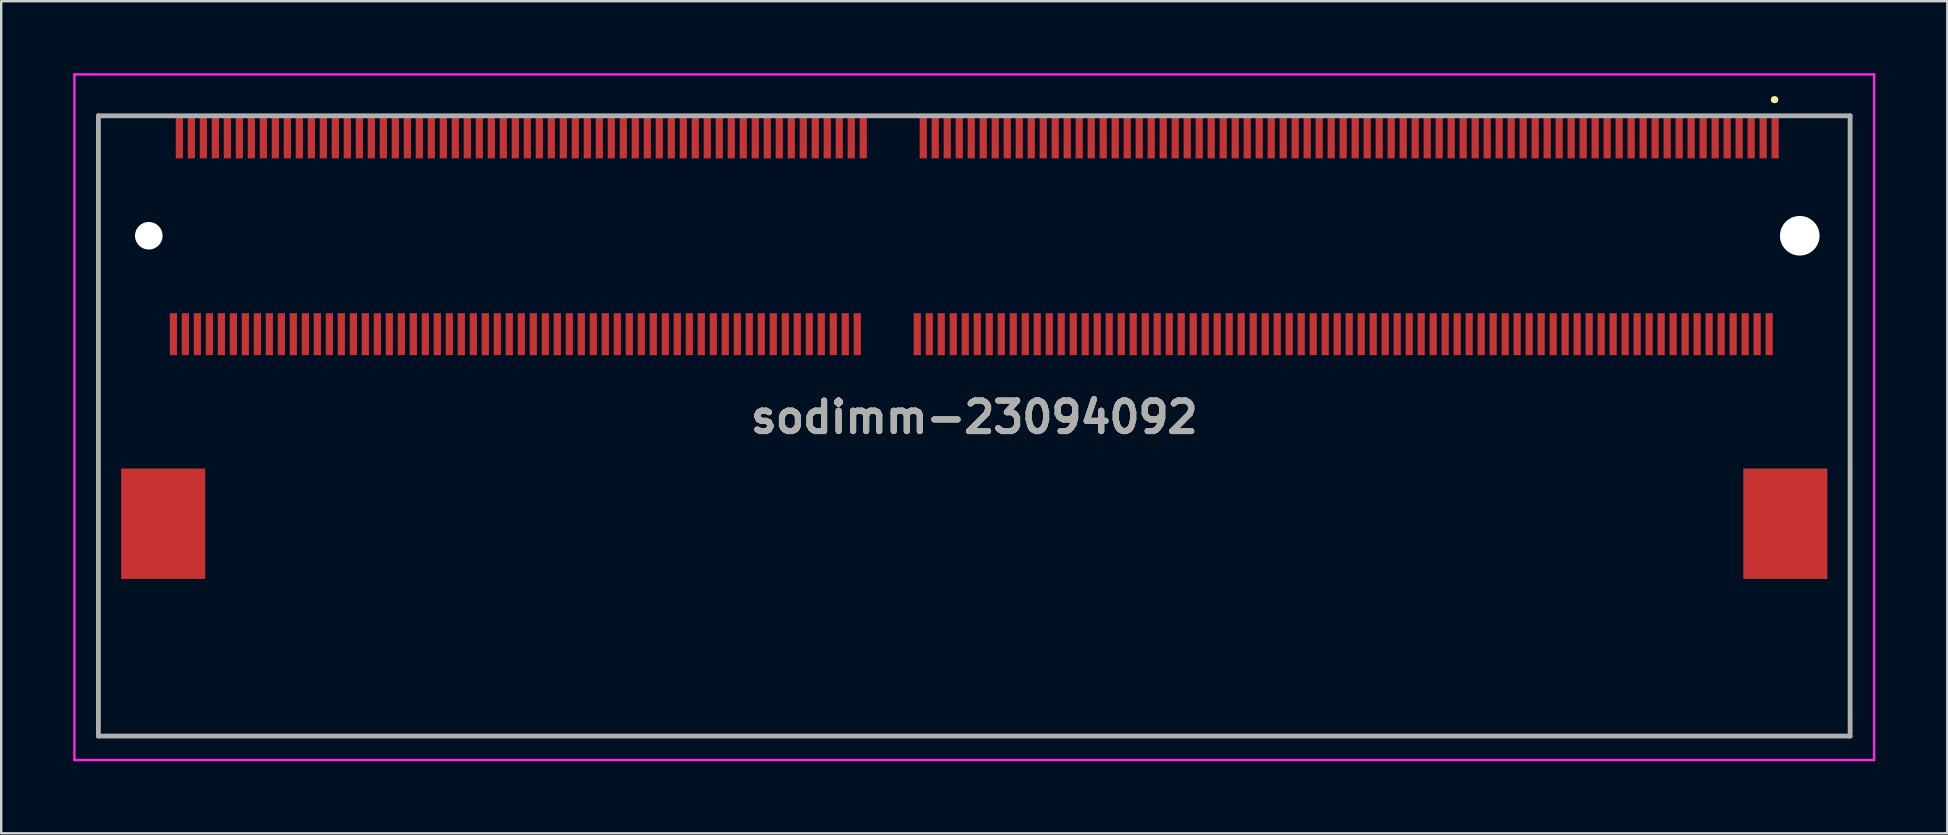
<source format=kicad_pcb>
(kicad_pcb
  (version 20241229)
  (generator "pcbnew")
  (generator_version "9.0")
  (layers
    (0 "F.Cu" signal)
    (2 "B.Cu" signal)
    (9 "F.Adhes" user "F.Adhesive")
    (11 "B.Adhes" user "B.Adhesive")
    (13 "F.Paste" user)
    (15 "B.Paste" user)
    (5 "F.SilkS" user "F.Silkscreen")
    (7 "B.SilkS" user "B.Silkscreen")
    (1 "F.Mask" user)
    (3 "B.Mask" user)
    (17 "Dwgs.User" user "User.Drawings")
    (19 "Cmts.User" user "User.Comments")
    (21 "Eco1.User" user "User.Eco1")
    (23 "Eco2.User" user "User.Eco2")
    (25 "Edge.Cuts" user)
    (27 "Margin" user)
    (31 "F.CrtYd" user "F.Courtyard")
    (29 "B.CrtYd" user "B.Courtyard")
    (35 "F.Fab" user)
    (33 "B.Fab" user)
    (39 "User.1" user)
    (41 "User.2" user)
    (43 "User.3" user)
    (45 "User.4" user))
  (footprint "sodimm-23094092"
    (layer "F.Cu")
    (at 37.55 14.7)
    (property "Reference" "sodimm-23094092" (at 0 -0.362 0) (layer "F.SilkS") (effects (font (size 1.27 1.27) (thickness 0.254))))
    (attr through_hole)
    (fp_line (start -36.5 -12.925) (end -36.5 -12.925) (stroke (width 0.1) (type solid)) (layer "F.SilkS"))
    (fp_line (start -36.5 -12.925) (end -36.5 12.925) (stroke (width 0.1) (type solid)) (layer "F.SilkS"))
    (fp_line (start -36.5 12.925) (end -36.5 -12.925) (stroke (width 0.1) (type solid)) (layer "F.SilkS"))
    (fp_line (start -36.5 12.925) (end -36.5 12.925) (stroke (width 0.1) (type solid)) (layer "F.SilkS"))
    (fp_line (start -36.5 12.925) (end -36.5 12.925) (stroke (width 0.1) (type solid)) (layer "F.SilkS"))
    (fp_line (start -36.5 12.925) (end 36.5 12.925) (stroke (width 0.1) (type solid)) (layer "F.SilkS"))
    (fp_line (start 33.3 -13.6) (end 33.3 -13.6) (stroke (width 0.2) (type solid)) (layer "F.SilkS"))
    (fp_line (start 33.3 -13.6) (end 33.3 -13.6) (stroke (width 0.2) (type solid)) (layer "F.SilkS"))
    (fp_line (start 33.4 -13.6) (end 33.4 -13.6) (stroke (width 0.2) (type solid)) (layer "F.SilkS"))
    (fp_line (start 34.75 -12.925) (end 34.75 -12.925) (stroke (width 0.1) (type solid)) (layer "F.SilkS"))
    (fp_line (start 34.75 -12.925) (end 36.5 -12.925) (stroke (width 0.1) (type solid)) (layer "F.SilkS"))
    (fp_line (start 36.5 -12.925) (end 34.75 -12.925) (stroke (width 0.1) (type solid)) (layer "F.SilkS"))
    (fp_line (start 36.5 -12.925) (end 36.5 -12.925) (stroke (width 0.1) (type solid)) (layer "F.SilkS"))
    (fp_line (start 36.5 -12.925) (end 36.5 -12.925) (stroke (width 0.1) (type solid)) (layer "F.SilkS"))
    (fp_line (start 36.5 -12.925) (end 36.5 12.925) (stroke (width 0.1) (type solid)) (layer "F.SilkS"))
    (fp_line (start 36.5 12.925) (end -36.5 12.925) (stroke (width 0.1) (type solid)) (layer "F.SilkS"))
    (fp_line (start 36.5 12.925) (end 36.5 -12.925) (stroke (width 0.1) (type solid)) (layer "F.SilkS"))
    (fp_line (start 36.5 12.925) (end 36.5 12.925) (stroke (width 0.1) (type solid)) (layer "F.SilkS"))
    (fp_line (start 36.5 12.925) (end 36.5 12.925) (stroke (width 0.1) (type solid)) (layer "F.SilkS"))
    (fp_arc (start 33.3 -13.6) (mid 33.35 -13.65) (end 33.4 -13.6) (stroke (width 0.2) (type solid)) (layer "F.SilkS"))
    (fp_arc (start 33.4 -13.6) (mid 33.35 -13.55) (end 33.3 -13.6) (stroke (width 0.2) (type solid)) (layer "F.SilkS"))
    (fp_arc (start 33.4 -13.6) (mid 33.35 -13.55) (end 33.3 -13.6) (stroke (width 0.2) (type solid)) (layer "F.SilkS"))
    (fp_line (start -37.5 -14.65) (end 37.5 -14.65) (stroke (width 0.1) (type solid)) (layer "F.CrtYd"))
    (fp_line (start -37.5 13.925) (end -37.5 -14.65) (stroke (width 0.1) (type solid)) (layer "F.CrtYd"))
    (fp_line (start 37.5 -14.65) (end 37.5 13.925) (stroke (width 0.1) (type solid)) (layer "F.CrtYd"))
    (fp_line (start 37.5 13.925) (end -37.5 13.925) (stroke (width 0.1) (type solid)) (layer "F.CrtYd"))
    (fp_line (start -36.5 -12.925) (end -36.5 12.925) (stroke (width 0.2) (type solid)) (layer "F.Fab"))
    (fp_line (start -36.5 12.925) (end 36.5 12.925) (stroke (width 0.2) (type solid)) (layer "F.Fab"))
    (fp_line (start 36.5 -12.925) (end -36.5 -12.925) (stroke (width 0.2) (type solid)) (layer "F.Fab"))
    (fp_line (start 36.5 12.925) (end 36.5 -12.925) (stroke (width 0.2) (type solid)) (layer "F.Fab"))
    (fp_text user "${REFERENCE}" (at 0 -0.362 0) (layer "F.Fab") (effects (font (size 1.27 1.27) (thickness 0.254))))
    (pad "" np_thru_hole circle (at -34.4 -7.925) (size 1.15 1.15) (drill 1.15) (layers "*.Cu" "*.Mask"))
    (pad "" np_thru_hole circle (at 34.4 -7.925) (size 1.65 1.65) (drill 1.65) (layers "*.Cu" "*.Mask"))
    (pad "1" smd rect (at 33.375 -12.025) (size 0.3 1.75) (layers "F.Cu" "F.Mask" "F.Paste"))
    (pad "2" smd rect (at 33.125 -3.825) (size 0.3 1.75) (layers "F.Cu" "F.Mask" "F.Paste"))
    (pad "3" smd rect (at 32.875 -12.025) (size 0.3 1.75) (layers "F.Cu" "F.Mask" "F.Paste"))
    (pad "4" smd rect (at 32.625 -3.825) (size 0.3 1.75) (layers "F.Cu" "F.Mask" "F.Paste"))
    (pad "5" smd rect (at 32.375 -12.025) (size 0.3 1.75) (layers "F.Cu" "F.Mask" "F.Paste"))
    (pad "6" smd rect (at 32.125 -3.825) (size 0.3 1.75) (layers "F.Cu" "F.Mask" "F.Paste"))
    (pad "7" smd rect (at 31.875 -12.025) (size 0.3 1.75) (layers "F.Cu" "F.Mask" "F.Paste"))
    (pad "8" smd rect (at 31.625 -3.825) (size 0.3 1.75) (layers "F.Cu" "F.Mask" "F.Paste"))
    (pad "9" smd rect (at 31.375 -12.025) (size 0.3 1.75) (layers "F.Cu" "F.Mask" "F.Paste"))
    (pad "10" smd rect (at 31.125 -3.825) (size 0.3 1.75) (layers "F.Cu" "F.Mask" "F.Paste"))
    (pad "11" smd rect (at 30.875 -12.025) (size 0.3 1.75) (layers "F.Cu" "F.Mask" "F.Paste"))
    (pad "12" smd rect (at 30.625 -3.825) (size 0.3 1.75) (layers "F.Cu" "F.Mask" "F.Paste"))
    (pad "13" smd rect (at 30.375 -12.025) (size 0.3 1.75) (layers "F.Cu" "F.Mask" "F.Paste"))
    (pad "14" smd rect (at 30.125 -3.825) (size 0.3 1.75) (layers "F.Cu" "F.Mask" "F.Paste"))
    (pad "15" smd rect (at 29.875 -12.025) (size 0.3 1.75) (layers "F.Cu" "F.Mask" "F.Paste"))
    (pad "16" smd rect (at 29.625 -3.825) (size 0.3 1.75) (layers "F.Cu" "F.Mask" "F.Paste"))
    (pad "17" smd rect (at 29.375 -12.025) (size 0.3 1.75) (layers "F.Cu" "F.Mask" "F.Paste"))
    (pad "18" smd rect (at 29.125 -3.825) (size 0.3 1.75) (layers "F.Cu" "F.Mask" "F.Paste"))
    (pad "19" smd rect (at 28.875 -12.025) (size 0.3 1.75) (layers "F.Cu" "F.Mask" "F.Paste"))
    (pad "20" smd rect (at 28.625 -3.825) (size 0.3 1.75) (layers "F.Cu" "F.Mask" "F.Paste"))
    (pad "21" smd rect (at 28.375 -12.025) (size 0.3 1.75) (layers "F.Cu" "F.Mask" "F.Paste"))
    (pad "22" smd rect (at 28.125 -3.825) (size 0.3 1.75) (layers "F.Cu" "F.Mask" "F.Paste"))
    (pad "23" smd rect (at 27.875 -12.025) (size 0.3 1.75) (layers "F.Cu" "F.Mask" "F.Paste"))
    (pad "24" smd rect (at 27.625 -3.825) (size 0.3 1.75) (layers "F.Cu" "F.Mask" "F.Paste"))
    (pad "25" smd rect (at 27.375 -12.025) (size 0.3 1.75) (layers "F.Cu" "F.Mask" "F.Paste"))
    (pad "26" smd rect (at 27.125 -3.825) (size 0.3 1.75) (layers "F.Cu" "F.Mask" "F.Paste"))
    (pad "27" smd rect (at 26.875 -12.025) (size 0.3 1.75) (layers "F.Cu" "F.Mask" "F.Paste"))
    (pad "28" smd rect (at 26.625 -3.825) (size 0.3 1.75) (layers "F.Cu" "F.Mask" "F.Paste"))
    (pad "29" smd rect (at 26.375 -12.025) (size 0.3 1.75) (layers "F.Cu" "F.Mask" "F.Paste"))
    (pad "30" smd rect (at 26.125 -3.825) (size 0.3 1.75) (layers "F.Cu" "F.Mask" "F.Paste"))
    (pad "31" smd rect (at 25.875 -12.025) (size 0.3 1.75) (layers "F.Cu" "F.Mask" "F.Paste"))
    (pad "32" smd rect (at 25.625 -3.825) (size 0.3 1.75) (layers "F.Cu" "F.Mask" "F.Paste"))
    (pad "33" smd rect (at 25.375 -12.025) (size 0.3 1.75) (layers "F.Cu" "F.Mask" "F.Paste"))
    (pad "34" smd rect (at 25.125 -3.825) (size 0.3 1.75) (layers "F.Cu" "F.Mask" "F.Paste"))
    (pad "35" smd rect (at 24.875 -12.025) (size 0.3 1.75) (layers "F.Cu" "F.Mask" "F.Paste"))
    (pad "36" smd rect (at 24.625 -3.825) (size 0.3 1.75) (layers "F.Cu" "F.Mask" "F.Paste"))
    (pad "37" smd rect (at 24.375 -12.025) (size 0.3 1.75) (layers "F.Cu" "F.Mask" "F.Paste"))
    (pad "38" smd rect (at 24.125 -3.825) (size 0.3 1.75) (layers "F.Cu" "F.Mask" "F.Paste"))
    (pad "39" smd rect (at 23.875 -12.025) (size 0.3 1.75) (layers "F.Cu" "F.Mask" "F.Paste"))
    (pad "40" smd rect (at 23.625 -3.825) (size 0.3 1.75) (layers "F.Cu" "F.Mask" "F.Paste"))
    (pad "41" smd rect (at 23.375 -12.025) (size 0.3 1.75) (layers "F.Cu" "F.Mask" "F.Paste"))
    (pad "42" smd rect (at 23.125 -3.825) (size 0.3 1.75) (layers "F.Cu" "F.Mask" "F.Paste"))
    (pad "43" smd rect (at 22.875 -12.025) (size 0.3 1.75) (layers "F.Cu" "F.Mask" "F.Paste"))
    (pad "44" smd rect (at 22.625 -3.825) (size 0.3 1.75) (layers "F.Cu" "F.Mask" "F.Paste"))
    (pad "45" smd rect (at 22.375 -12.025) (size 0.3 1.75) (layers "F.Cu" "F.Mask" "F.Paste"))
    (pad "46" smd rect (at 22.125 -3.825) (size 0.3 1.75) (layers "F.Cu" "F.Mask" "F.Paste"))
    (pad "47" smd rect (at 21.875 -12.025) (size 0.3 1.75) (layers "F.Cu" "F.Mask" "F.Paste"))
    (pad "48" smd rect (at 21.625 -3.825) (size 0.3 1.75) (layers "F.Cu" "F.Mask" "F.Paste"))
    (pad "49" smd rect (at 21.375 -12.025) (size 0.3 1.75) (layers "F.Cu" "F.Mask" "F.Paste"))
    (pad "50" smd rect (at 21.125 -3.825) (size 0.3 1.75) (layers "F.Cu" "F.Mask" "F.Paste"))
    (pad "51" smd rect (at 20.875 -12.025) (size 0.3 1.75) (layers "F.Cu" "F.Mask" "F.Paste"))
    (pad "52" smd rect (at 20.625 -3.825) (size 0.3 1.75) (layers "F.Cu" "F.Mask" "F.Paste"))
    (pad "53" smd rect (at 20.375 -12.025) (size 0.3 1.75) (layers "F.Cu" "F.Mask" "F.Paste"))
    (pad "54" smd rect (at 20.125 -3.825) (size 0.3 1.75) (layers "F.Cu" "F.Mask" "F.Paste"))
    (pad "55" smd rect (at 19.875 -12.025) (size 0.3 1.75) (layers "F.Cu" "F.Mask" "F.Paste"))
    (pad "56" smd rect (at 19.625 -3.825) (size 0.3 1.75) (layers "F.Cu" "F.Mask" "F.Paste"))
    (pad "57" smd rect (at 19.375 -12.025) (size 0.3 1.75) (layers "F.Cu" "F.Mask" "F.Paste"))
    (pad "58" smd rect (at 19.125 -3.825) (size 0.3 1.75) (layers "F.Cu" "F.Mask" "F.Paste"))
    (pad "59" smd rect (at 18.875 -12.025) (size 0.3 1.75) (layers "F.Cu" "F.Mask" "F.Paste"))
    (pad "60" smd rect (at 18.625 -3.825) (size 0.3 1.75) (layers "F.Cu" "F.Mask" "F.Paste"))
    (pad "61" smd rect (at 18.375 -12.025) (size 0.3 1.75) (layers "F.Cu" "F.Mask" "F.Paste"))
    (pad "62" smd rect (at 18.125 -3.825) (size 0.3 1.75) (layers "F.Cu" "F.Mask" "F.Paste"))
    (pad "63" smd rect (at 17.875 -12.025) (size 0.3 1.75) (layers "F.Cu" "F.Mask" "F.Paste"))
    (pad "64" smd rect (at 17.625 -3.825) (size 0.3 1.75) (layers "F.Cu" "F.Mask" "F.Paste"))
    (pad "65" smd rect (at 17.375 -12.025) (size 0.3 1.75) (layers "F.Cu" "F.Mask" "F.Paste"))
    (pad "66" smd rect (at 17.125 -3.825) (size 0.3 1.75) (layers "F.Cu" "F.Mask" "F.Paste"))
    (pad "67" smd rect (at 16.875 -12.025) (size 0.3 1.75) (layers "F.Cu" "F.Mask" "F.Paste"))
    (pad "68" smd rect (at 16.625 -3.825) (size 0.3 1.75) (layers "F.Cu" "F.Mask" "F.Paste"))
    (pad "69" smd rect (at 16.375 -12.025) (size 0.3 1.75) (layers "F.Cu" "F.Mask" "F.Paste"))
    (pad "70" smd rect (at 16.125 -3.825) (size 0.3 1.75) (layers "F.Cu" "F.Mask" "F.Paste"))
    (pad "71" smd rect (at 15.875 -12.025) (size 0.3 1.75) (layers "F.Cu" "F.Mask" "F.Paste"))
    (pad "72" smd rect (at 15.625 -3.825) (size 0.3 1.75) (layers "F.Cu" "F.Mask" "F.Paste"))
    (pad "73" smd rect (at 15.375 -12.025) (size 0.3 1.75) (layers "F.Cu" "F.Mask" "F.Paste"))
    (pad "74" smd rect (at 15.125 -3.825) (size 0.3 1.75) (layers "F.Cu" "F.Mask" "F.Paste"))
    (pad "75" smd rect (at 14.875 -12.025) (size 0.3 1.75) (layers "F.Cu" "F.Mask" "F.Paste"))
    (pad "76" smd rect (at 14.625 -3.825) (size 0.3 1.75) (layers "F.Cu" "F.Mask" "F.Paste"))
    (pad "77" smd rect (at 14.375 -12.025) (size 0.3 1.75) (layers "F.Cu" "F.Mask" "F.Paste"))
    (pad "78" smd rect (at 14.125 -3.825) (size 0.3 1.75) (layers "F.Cu" "F.Mask" "F.Paste"))
    (pad "79" smd rect (at 13.875 -12.025) (size 0.3 1.75) (layers "F.Cu" "F.Mask" "F.Paste"))
    (pad "80" smd rect (at 13.625 -3.825) (size 0.3 1.75) (layers "F.Cu" "F.Mask" "F.Paste"))
    (pad "81" smd rect (at 13.375 -12.025) (size 0.3 1.75) (layers "F.Cu" "F.Mask" "F.Paste"))
    (pad "82" smd rect (at 13.125 -3.825) (size 0.3 1.75) (layers "F.Cu" "F.Mask" "F.Paste"))
    (pad "83" smd rect (at 12.875 -12.025) (size 0.3 1.75) (layers "F.Cu" "F.Mask" "F.Paste"))
    (pad "84" smd rect (at 12.625 -3.825) (size 0.3 1.75) (layers "F.Cu" "F.Mask" "F.Paste"))
    (pad "85" smd rect (at 12.375 -12.025) (size 0.3 1.75) (layers "F.Cu" "F.Mask" "F.Paste"))
    (pad "86" smd rect (at 12.125 -3.825) (size 0.3 1.75) (layers "F.Cu" "F.Mask" "F.Paste"))
    (pad "87" smd rect (at 11.875 -12.025) (size 0.3 1.75) (layers "F.Cu" "F.Mask" "F.Paste"))
    (pad "88" smd rect (at 11.625 -3.825) (size 0.3 1.75) (layers "F.Cu" "F.Mask" "F.Paste"))
    (pad "89" smd rect (at 11.375 -12.025) (size 0.3 1.75) (layers "F.Cu" "F.Mask" "F.Paste"))
    (pad "90" smd rect (at 11.125 -3.825) (size 0.3 1.75) (layers "F.Cu" "F.Mask" "F.Paste"))
    (pad "91" smd rect (at 10.875 -12.025) (size 0.3 1.75) (layers "F.Cu" "F.Mask" "F.Paste"))
    (pad "92" smd rect (at 10.625 -3.825) (size 0.3 1.75) (layers "F.Cu" "F.Mask" "F.Paste"))
    (pad "93" smd rect (at 10.375 -12.025) (size 0.3 1.75) (layers "F.Cu" "F.Mask" "F.Paste"))
    (pad "94" smd rect (at 10.125 -3.825) (size 0.3 1.75) (layers "F.Cu" "F.Mask" "F.Paste"))
    (pad "95" smd rect (at 9.875 -12.025) (size 0.3 1.75) (layers "F.Cu" "F.Mask" "F.Paste"))
    (pad "96" smd rect (at 9.625 -3.825) (size 0.3 1.75) (layers "F.Cu" "F.Mask" "F.Paste"))
    (pad "97" smd rect (at 9.375 -12.025) (size 0.3 1.75) (layers "F.Cu" "F.Mask" "F.Paste"))
    (pad "98" smd rect (at 9.125 -3.825) (size 0.3 1.75) (layers "F.Cu" "F.Mask" "F.Paste"))
    (pad "99" smd rect (at 8.875 -12.025) (size 0.3 1.75) (layers "F.Cu" "F.Mask" "F.Paste"))
    (pad "100" smd rect (at 8.625 -3.825) (size 0.3 1.75) (layers "F.Cu" "F.Mask" "F.Paste"))
    (pad "101" smd rect (at 8.375 -12.025) (size 0.3 1.75) (layers "F.Cu" "F.Mask" "F.Paste"))
    (pad "102" smd rect (at 8.125 -3.825) (size 0.3 1.75) (layers "F.Cu" "F.Mask" "F.Paste"))
    (pad "103" smd rect (at 7.875 -12.025) (size 0.3 1.75) (layers "F.Cu" "F.Mask" "F.Paste"))
    (pad "104" smd rect (at 7.625 -3.825) (size 0.3 1.75) (layers "F.Cu" "F.Mask" "F.Paste"))
    (pad "105" smd rect (at 7.375 -12.025) (size 0.3 1.75) (layers "F.Cu" "F.Mask" "F.Paste"))
    (pad "106" smd rect (at 7.125 -3.825) (size 0.3 1.75) (layers "F.Cu" "F.Mask" "F.Paste"))
    (pad "107" smd rect (at 6.875 -12.025) (size 0.3 1.75) (layers "F.Cu" "F.Mask" "F.Paste"))
    (pad "108" smd rect (at 6.625 -3.825) (size 0.3 1.75) (layers "F.Cu" "F.Mask" "F.Paste"))
    (pad "109" smd rect (at 6.375 -12.025) (size 0.3 1.75) (layers "F.Cu" "F.Mask" "F.Paste"))
    (pad "110" smd rect (at 6.125 -3.825) (size 0.3 1.75) (layers "F.Cu" "F.Mask" "F.Paste"))
    (pad "111" smd rect (at 5.875 -12.025) (size 0.3 1.75) (layers "F.Cu" "F.Mask" "F.Paste"))
    (pad "112" smd rect (at 5.625 -3.825) (size 0.3 1.75) (layers "F.Cu" "F.Mask" "F.Paste"))
    (pad "113" smd rect (at 5.375 -12.025) (size 0.3 1.75) (layers "F.Cu" "F.Mask" "F.Paste"))
    (pad "114" smd rect (at 5.125 -3.825) (size 0.3 1.75) (layers "F.Cu" "F.Mask" "F.Paste"))
    (pad "115" smd rect (at 4.875 -12.025) (size 0.3 1.75) (layers "F.Cu" "F.Mask" "F.Paste"))
    (pad "116" smd rect (at 4.625 -3.825) (size 0.3 1.75) (layers "F.Cu" "F.Mask" "F.Paste"))
    (pad "117" smd rect (at 4.375 -12.025) (size 0.3 1.75) (layers "F.Cu" "F.Mask" "F.Paste"))
    (pad "118" smd rect (at 4.125 -3.825) (size 0.3 1.75) (layers "F.Cu" "F.Mask" "F.Paste"))
    (pad "119" smd rect (at 3.875 -12.025) (size 0.3 1.75) (layers "F.Cu" "F.Mask" "F.Paste"))
    (pad "120" smd rect (at 3.625 -3.825) (size 0.3 1.75) (layers "F.Cu" "F.Mask" "F.Paste"))
    (pad "121" smd rect (at 3.375 -12.025) (size 0.3 1.75) (layers "F.Cu" "F.Mask" "F.Paste"))
    (pad "122" smd rect (at 3.125 -3.825) (size 0.3 1.75) (layers "F.Cu" "F.Mask" "F.Paste"))
    (pad "123" smd rect (at 2.875 -12.025) (size 0.3 1.75) (layers "F.Cu" "F.Mask" "F.Paste"))
    (pad "124" smd rect (at 2.625 -3.825) (size 0.3 1.75) (layers "F.Cu" "F.Mask" "F.Paste"))
    (pad "125" smd rect (at 2.375 -12.025) (size 0.3 1.75) (layers "F.Cu" "F.Mask" "F.Paste"))
    (pad "126" smd rect (at 2.125 -3.825) (size 0.3 1.75) (layers "F.Cu" "F.Mask" "F.Paste"))
    (pad "127" smd rect (at 1.875 -12.025) (size 0.3 1.75) (layers "F.Cu" "F.Mask" "F.Paste"))
    (pad "128" smd rect (at 1.625 -3.825) (size 0.3 1.75) (layers "F.Cu" "F.Mask" "F.Paste"))
    (pad "129" smd rect (at 1.375 -12.025) (size 0.3 1.75) (layers "F.Cu" "F.Mask" "F.Paste"))
    (pad "130" smd rect (at 1.125 -3.825) (size 0.3 1.75) (layers "F.Cu" "F.Mask" "F.Paste"))
    (pad "131" smd rect (at 0.875 -12.025) (size 0.3 1.75) (layers "F.Cu" "F.Mask" "F.Paste"))
    (pad "132" smd rect (at 0.625 -3.825) (size 0.3 1.75) (layers "F.Cu" "F.Mask" "F.Paste"))
    (pad "133" smd rect (at 0.375 -12.025) (size 0.3 1.75) (layers "F.Cu" "F.Mask" "F.Paste"))
    (pad "134" smd rect (at 0.125 -3.825) (size 0.3 1.75) (layers "F.Cu" "F.Mask" "F.Paste"))
    (pad "135" smd rect (at -0.125 -12.025) (size 0.3 1.75) (layers "F.Cu" "F.Mask" "F.Paste"))
    (pad "136" smd rect (at -0.375 -3.825) (size 0.3 1.75) (layers "F.Cu" "F.Mask" "F.Paste"))
    (pad "137" smd rect (at -0.625 -12.025) (size 0.3 1.75) (layers "F.Cu" "F.Mask" "F.Paste"))
    (pad "138" smd rect (at -0.875 -3.825) (size 0.3 1.75) (layers "F.Cu" "F.Mask" "F.Paste"))
    (pad "139" smd rect (at -1.125 -12.025) (size 0.3 1.75) (layers "F.Cu" "F.Mask" "F.Paste"))
    (pad "140" smd rect (at -1.375 -3.825) (size 0.3 1.75) (layers "F.Cu" "F.Mask" "F.Paste"))
    (pad "141" smd rect (at -1.625 -12.025) (size 0.3 1.75) (layers "F.Cu" "F.Mask" "F.Paste"))
    (pad "142" smd rect (at -1.875 -3.825) (size 0.3 1.75) (layers "F.Cu" "F.Mask" "F.Paste"))
    (pad "143" smd rect (at -2.125 -12.025) (size 0.3 1.75) (layers "F.Cu" "F.Mask" "F.Paste"))
    (pad "144" smd rect (at -2.375 -3.825) (size 0.3 1.75) (layers "F.Cu" "F.Mask" "F.Paste"))
    (pad "145" smd rect (at -4.625 -12.025) (size 0.3 1.75) (layers "F.Cu" "F.Mask" "F.Paste"))
    (pad "146" smd rect (at -4.875 -3.825) (size 0.3 1.75) (layers "F.Cu" "F.Mask" "F.Paste"))
    (pad "147" smd rect (at -5.125 -12.025) (size 0.3 1.75) (layers "F.Cu" "F.Mask" "F.Paste"))
    (pad "148" smd rect (at -5.375 -3.825) (size 0.3 1.75) (layers "F.Cu" "F.Mask" "F.Paste"))
    (pad "149" smd rect (at -5.625 -12.025) (size 0.3 1.75) (layers "F.Cu" "F.Mask" "F.Paste"))
    (pad "150" smd rect (at -5.875 -3.825) (size 0.3 1.75) (layers "F.Cu" "F.Mask" "F.Paste"))
    (pad "151" smd rect (at -6.125 -12.025) (size 0.3 1.75) (layers "F.Cu" "F.Mask" "F.Paste"))
    (pad "152" smd rect (at -6.375 -3.825) (size 0.3 1.75) (layers "F.Cu" "F.Mask" "F.Paste"))
    (pad "153" smd rect (at -6.625 -12.025) (size 0.3 1.75) (layers "F.Cu" "F.Mask" "F.Paste"))
    (pad "154" smd rect (at -6.875 -3.825) (size 0.3 1.75) (layers "F.Cu" "F.Mask" "F.Paste"))
    (pad "155" smd rect (at -7.125 -12.025) (size 0.3 1.75) (layers "F.Cu" "F.Mask" "F.Paste"))
    (pad "156" smd rect (at -7.375 -3.825) (size 0.3 1.75) (layers "F.Cu" "F.Mask" "F.Paste"))
    (pad "157" smd rect (at -7.625 -12.025) (size 0.3 1.75) (layers "F.Cu" "F.Mask" "F.Paste"))
    (pad "158" smd rect (at -7.875 -3.825) (size 0.3 1.75) (layers "F.Cu" "F.Mask" "F.Paste"))
    (pad "159" smd rect (at -8.125 -12.025) (size 0.3 1.75) (layers "F.Cu" "F.Mask" "F.Paste"))
    (pad "160" smd rect (at -8.375 -3.825) (size 0.3 1.75) (layers "F.Cu" "F.Mask" "F.Paste"))
    (pad "161" smd rect (at -8.625 -12.025) (size 0.3 1.75) (layers "F.Cu" "F.Mask" "F.Paste"))
    (pad "162" smd rect (at -8.875 -3.825) (size 0.3 1.75) (layers "F.Cu" "F.Mask" "F.Paste"))
    (pad "163" smd rect (at -9.125 -12.025) (size 0.3 1.75) (layers "F.Cu" "F.Mask" "F.Paste"))
    (pad "164" smd rect (at -9.375 -3.825) (size 0.3 1.75) (layers "F.Cu" "F.Mask" "F.Paste"))
    (pad "165" smd rect (at -9.625 -12.025) (size 0.3 1.75) (layers "F.Cu" "F.Mask" "F.Paste"))
    (pad "166" smd rect (at -9.875 -3.825) (size 0.3 1.75) (layers "F.Cu" "F.Mask" "F.Paste"))
    (pad "167" smd rect (at -10.125 -12.025) (size 0.3 1.75) (layers "F.Cu" "F.Mask" "F.Paste"))
    (pad "168" smd rect (at -10.375 -3.825) (size 0.3 1.75) (layers "F.Cu" "F.Mask" "F.Paste"))
    (pad "169" smd rect (at -10.625 -12.025) (size 0.3 1.75) (layers "F.Cu" "F.Mask" "F.Paste"))
    (pad "170" smd rect (at -10.875 -3.825) (size 0.3 1.75) (layers "F.Cu" "F.Mask" "F.Paste"))
    (pad "171" smd rect (at -11.125 -12.025) (size 0.3 1.75) (layers "F.Cu" "F.Mask" "F.Paste"))
    (pad "172" smd rect (at -11.375 -3.825) (size 0.3 1.75) (layers "F.Cu" "F.Mask" "F.Paste"))
    (pad "173" smd rect (at -11.625 -12.025) (size 0.3 1.75) (layers "F.Cu" "F.Mask" "F.Paste"))
    (pad "174" smd rect (at -11.875 -3.825) (size 0.3 1.75) (layers "F.Cu" "F.Mask" "F.Paste"))
    (pad "175" smd rect (at -12.125 -12.025) (size 0.3 1.75) (layers "F.Cu" "F.Mask" "F.Paste"))
    (pad "176" smd rect (at -12.375 -3.825) (size 0.3 1.75) (layers "F.Cu" "F.Mask" "F.Paste"))
    (pad "177" smd rect (at -12.625 -12.025) (size 0.3 1.75) (layers "F.Cu" "F.Mask" "F.Paste"))
    (pad "178" smd rect (at -12.875 -3.825) (size 0.3 1.75) (layers "F.Cu" "F.Mask" "F.Paste"))
    (pad "179" smd rect (at -13.125 -12.025) (size 0.3 1.75) (layers "F.Cu" "F.Mask" "F.Paste"))
    (pad "180" smd rect (at -13.375 -3.825) (size 0.3 1.75) (layers "F.Cu" "F.Mask" "F.Paste"))
    (pad "181" smd rect (at -13.625 -12.025) (size 0.3 1.75) (layers "F.Cu" "F.Mask" "F.Paste"))
    (pad "182" smd rect (at -13.875 -3.825) (size 0.3 1.75) (layers "F.Cu" "F.Mask" "F.Paste"))
    (pad "183" smd rect (at -14.125 -12.025) (size 0.3 1.75) (layers "F.Cu" "F.Mask" "F.Paste"))
    (pad "184" smd rect (at -14.375 -3.825) (size 0.3 1.75) (layers "F.Cu" "F.Mask" "F.Paste"))
    (pad "185" smd rect (at -14.625 -12.025) (size 0.3 1.75) (layers "F.Cu" "F.Mask" "F.Paste"))
    (pad "186" smd rect (at -14.875 -3.825) (size 0.3 1.75) (layers "F.Cu" "F.Mask" "F.Paste"))
    (pad "187" smd rect (at -15.125 -12.025) (size 0.3 1.75) (layers "F.Cu" "F.Mask" "F.Paste"))
    (pad "188" smd rect (at -15.375 -3.825) (size 0.3 1.75) (layers "F.Cu" "F.Mask" "F.Paste"))
    (pad "189" smd rect (at -15.625 -12.025) (size 0.3 1.75) (layers "F.Cu" "F.Mask" "F.Paste"))
    (pad "190" smd rect (at -15.875 -3.825) (size 0.3 1.75) (layers "F.Cu" "F.Mask" "F.Paste"))
    (pad "191" smd rect (at -16.125 -12.025) (size 0.3 1.75) (layers "F.Cu" "F.Mask" "F.Paste"))
    (pad "192" smd rect (at -16.375 -3.825) (size 0.3 1.75) (layers "F.Cu" "F.Mask" "F.Paste"))
    (pad "193" smd rect (at -16.625 -12.025) (size 0.3 1.75) (layers "F.Cu" "F.Mask" "F.Paste"))
    (pad "194" smd rect (at -16.875 -3.825) (size 0.3 1.75) (layers "F.Cu" "F.Mask" "F.Paste"))
    (pad "195" smd rect (at -17.125 -12.025) (size 0.3 1.75) (layers "F.Cu" "F.Mask" "F.Paste"))
    (pad "196" smd rect (at -17.375 -3.825) (size 0.3 1.75) (layers "F.Cu" "F.Mask" "F.Paste"))
    (pad "197" smd rect (at -17.625 -12.025) (size 0.3 1.75) (layers "F.Cu" "F.Mask" "F.Paste"))
    (pad "198" smd rect (at -17.875 -3.825) (size 0.3 1.75) (layers "F.Cu" "F.Mask" "F.Paste"))
    (pad "199" smd rect (at -18.125 -12.025) (size 0.3 1.75) (layers "F.Cu" "F.Mask" "F.Paste"))
    (pad "200" smd rect (at -18.375 -3.825) (size 0.3 1.75) (layers "F.Cu" "F.Mask" "F.Paste"))
    (pad "201" smd rect (at -18.625 -12.025) (size 0.3 1.75) (layers "F.Cu" "F.Mask" "F.Paste"))
    (pad "202" smd rect (at -18.875 -3.825) (size 0.3 1.75) (layers "F.Cu" "F.Mask" "F.Paste"))
    (pad "203" smd rect (at -19.125 -12.025) (size 0.3 1.75) (layers "F.Cu" "F.Mask" "F.Paste"))
    (pad "204" smd rect (at -19.375 -3.825) (size 0.3 1.75) (layers "F.Cu" "F.Mask" "F.Paste"))
    (pad "205" smd rect (at -19.625 -12.025) (size 0.3 1.75) (layers "F.Cu" "F.Mask" "F.Paste"))
    (pad "206" smd rect (at -19.875 -3.825) (size 0.3 1.75) (layers "F.Cu" "F.Mask" "F.Paste"))
    (pad "207" smd rect (at -20.125 -12.025) (size 0.3 1.75) (layers "F.Cu" "F.Mask" "F.Paste"))
    (pad "208" smd rect (at -20.375 -3.825) (size 0.3 1.75) (layers "F.Cu" "F.Mask" "F.Paste"))
    (pad "209" smd rect (at -20.625 -12.025) (size 0.3 1.75) (layers "F.Cu" "F.Mask" "F.Paste"))
    (pad "210" smd rect (at -20.875 -3.825) (size 0.3 1.75) (layers "F.Cu" "F.Mask" "F.Paste"))
    (pad "211" smd rect (at -21.125 -12.025) (size 0.3 1.75) (layers "F.Cu" "F.Mask" "F.Paste"))
    (pad "212" smd rect (at -21.375 -3.825) (size 0.3 1.75) (layers "F.Cu" "F.Mask" "F.Paste"))
    (pad "213" smd rect (at -21.625 -12.025) (size 0.3 1.75) (layers "F.Cu" "F.Mask" "F.Paste"))
    (pad "214" smd rect (at -21.875 -3.825) (size 0.3 1.75) (layers "F.Cu" "F.Mask" "F.Paste"))
    (pad "215" smd rect (at -22.125 -12.025) (size 0.3 1.75) (layers "F.Cu" "F.Mask" "F.Paste"))
    (pad "216" smd rect (at -22.375 -3.825) (size 0.3 1.75) (layers "F.Cu" "F.Mask" "F.Paste"))
    (pad "217" smd rect (at -22.625 -12.025) (size 0.3 1.75) (layers "F.Cu" "F.Mask" "F.Paste"))
    (pad "218" smd rect (at -22.875 -3.825) (size 0.3 1.75) (layers "F.Cu" "F.Mask" "F.Paste"))
    (pad "219" smd rect (at -23.125 -12.025) (size 0.3 1.75) (layers "F.Cu" "F.Mask" "F.Paste"))
    (pad "220" smd rect (at -23.375 -3.825) (size 0.3 1.75) (layers "F.Cu" "F.Mask" "F.Paste"))
    (pad "221" smd rect (at -23.625 -12.025) (size 0.3 1.75) (layers "F.Cu" "F.Mask" "F.Paste"))
    (pad "222" smd rect (at -23.875 -3.825) (size 0.3 1.75) (layers "F.Cu" "F.Mask" "F.Paste"))
    (pad "223" smd rect (at -24.125 -12.025) (size 0.3 1.75) (layers "F.Cu" "F.Mask" "F.Paste"))
    (pad "224" smd rect (at -24.375 -3.825) (size 0.3 1.75) (layers "F.Cu" "F.Mask" "F.Paste"))
    (pad "225" smd rect (at -24.625 -12.025) (size 0.3 1.75) (layers "F.Cu" "F.Mask" "F.Paste"))
    (pad "226" smd rect (at -24.875 -3.825) (size 0.3 1.75) (layers "F.Cu" "F.Mask" "F.Paste"))
    (pad "227" smd rect (at -25.125 -12.025) (size 0.3 1.75) (layers "F.Cu" "F.Mask" "F.Paste"))
    (pad "228" smd rect (at -25.375 -3.825) (size 0.3 1.75) (layers "F.Cu" "F.Mask" "F.Paste"))
    (pad "229" smd rect (at -25.625 -12.025) (size 0.3 1.75) (layers "F.Cu" "F.Mask" "F.Paste"))
    (pad "230" smd rect (at -25.875 -3.825) (size 0.3 1.75) (layers "F.Cu" "F.Mask" "F.Paste"))
    (pad "231" smd rect (at -26.125 -12.025) (size 0.3 1.75) (layers "F.Cu" "F.Mask" "F.Paste"))
    (pad "232" smd rect (at -26.375 -3.825) (size 0.3 1.75) (layers "F.Cu" "F.Mask" "F.Paste"))
    (pad "233" smd rect (at -26.625 -12.025) (size 0.3 1.75) (layers "F.Cu" "F.Mask" "F.Paste"))
    (pad "234" smd rect (at -26.875 -3.825) (size 0.3 1.75) (layers "F.Cu" "F.Mask" "F.Paste"))
    (pad "235" smd rect (at -27.125 -12.025) (size 0.3 1.75) (layers "F.Cu" "F.Mask" "F.Paste"))
    (pad "236" smd rect (at -27.375 -3.825) (size 0.3 1.75) (layers "F.Cu" "F.Mask" "F.Paste"))
    (pad "237" smd rect (at -27.625 -12.025) (size 0.3 1.75) (layers "F.Cu" "F.Mask" "F.Paste"))
    (pad "238" smd rect (at -27.875 -3.825) (size 0.3 1.75) (layers "F.Cu" "F.Mask" "F.Paste"))
    (pad "239" smd rect (at -28.125 -12.025) (size 0.3 1.75) (layers "F.Cu" "F.Mask" "F.Paste"))
    (pad "240" smd rect (at -28.375 -3.825) (size 0.3 1.75) (layers "F.Cu" "F.Mask" "F.Paste"))
    (pad "241" smd rect (at -28.625 -12.025) (size 0.3 1.75) (layers "F.Cu" "F.Mask" "F.Paste"))
    (pad "242" smd rect (at -28.875 -3.825) (size 0.3 1.75) (layers "F.Cu" "F.Mask" "F.Paste"))
    (pad "243" smd rect (at -29.125 -12.025) (size 0.3 1.75) (layers "F.Cu" "F.Mask" "F.Paste"))
    (pad "244" smd rect (at -29.375 -3.825) (size 0.3 1.75) (layers "F.Cu" "F.Mask" "F.Paste"))
    (pad "245" smd rect (at -29.625 -12.025) (size 0.3 1.75) (layers "F.Cu" "F.Mask" "F.Paste"))
    (pad "246" smd rect (at -29.875 -3.825) (size 0.3 1.75) (layers "F.Cu" "F.Mask" "F.Paste"))
    (pad "247" smd rect (at -30.125 -12.025) (size 0.3 1.75) (layers "F.Cu" "F.Mask" "F.Paste"))
    (pad "248" smd rect (at -30.375 -3.825) (size 0.3 1.75) (layers "F.Cu" "F.Mask" "F.Paste"))
    (pad "249" smd rect (at -30.625 -12.025) (size 0.3 1.75) (layers "F.Cu" "F.Mask" "F.Paste"))
    (pad "250" smd rect (at -30.875 -3.825) (size 0.3 1.75) (layers "F.Cu" "F.Mask" "F.Paste"))
    (pad "251" smd rect (at -31.125 -12.025) (size 0.3 1.75) (layers "F.Cu" "F.Mask" "F.Paste"))
    (pad "252" smd rect (at -31.375 -3.825) (size 0.3 1.75) (layers "F.Cu" "F.Mask" "F.Paste"))
    (pad "253" smd rect (at -31.625 -12.025) (size 0.3 1.75) (layers "F.Cu" "F.Mask" "F.Paste"))
    (pad "254" smd rect (at -31.875 -3.825) (size 0.3 1.75) (layers "F.Cu" "F.Mask" "F.Paste"))
    (pad "255" smd rect (at -32.125 -12.025) (size 0.3 1.75) (layers "F.Cu" "F.Mask" "F.Paste"))
    (pad "256" smd rect (at -32.375 -3.825) (size 0.3 1.75) (layers "F.Cu" "F.Mask" "F.Paste"))
    (pad "257" smd rect (at -32.625 -12.025) (size 0.3 1.75) (layers "F.Cu" "F.Mask" "F.Paste"))
    (pad "258" smd rect (at -32.875 -3.825) (size 0.3 1.75) (layers "F.Cu" "F.Mask" "F.Paste"))
    (pad "259" smd rect (at -33.125 -12.025) (size 0.3 1.75) (layers "F.Cu" "F.Mask" "F.Paste"))
    (pad "260" smd rect (at -33.375 -3.825) (size 0.3 1.75) (layers "F.Cu" "F.Mask" "F.Paste"))
    (pad "MP1" smd rect (at 33.8 4.075) (size 3.5 4.6) (layers "F.Cu" "F.Mask" "F.Paste"))
    (pad "MP2" smd rect (at -33.8 4.075) (size 3.5 4.6) (layers "F.Cu" "F.Mask" "F.Paste")))
  (gr_rect
    (start -3 -3)
    (end 78.1 31.675)
    (stroke (width 0.1) (type default))
    (fill no)
    (layer "Edge.Cuts")))
</source>
